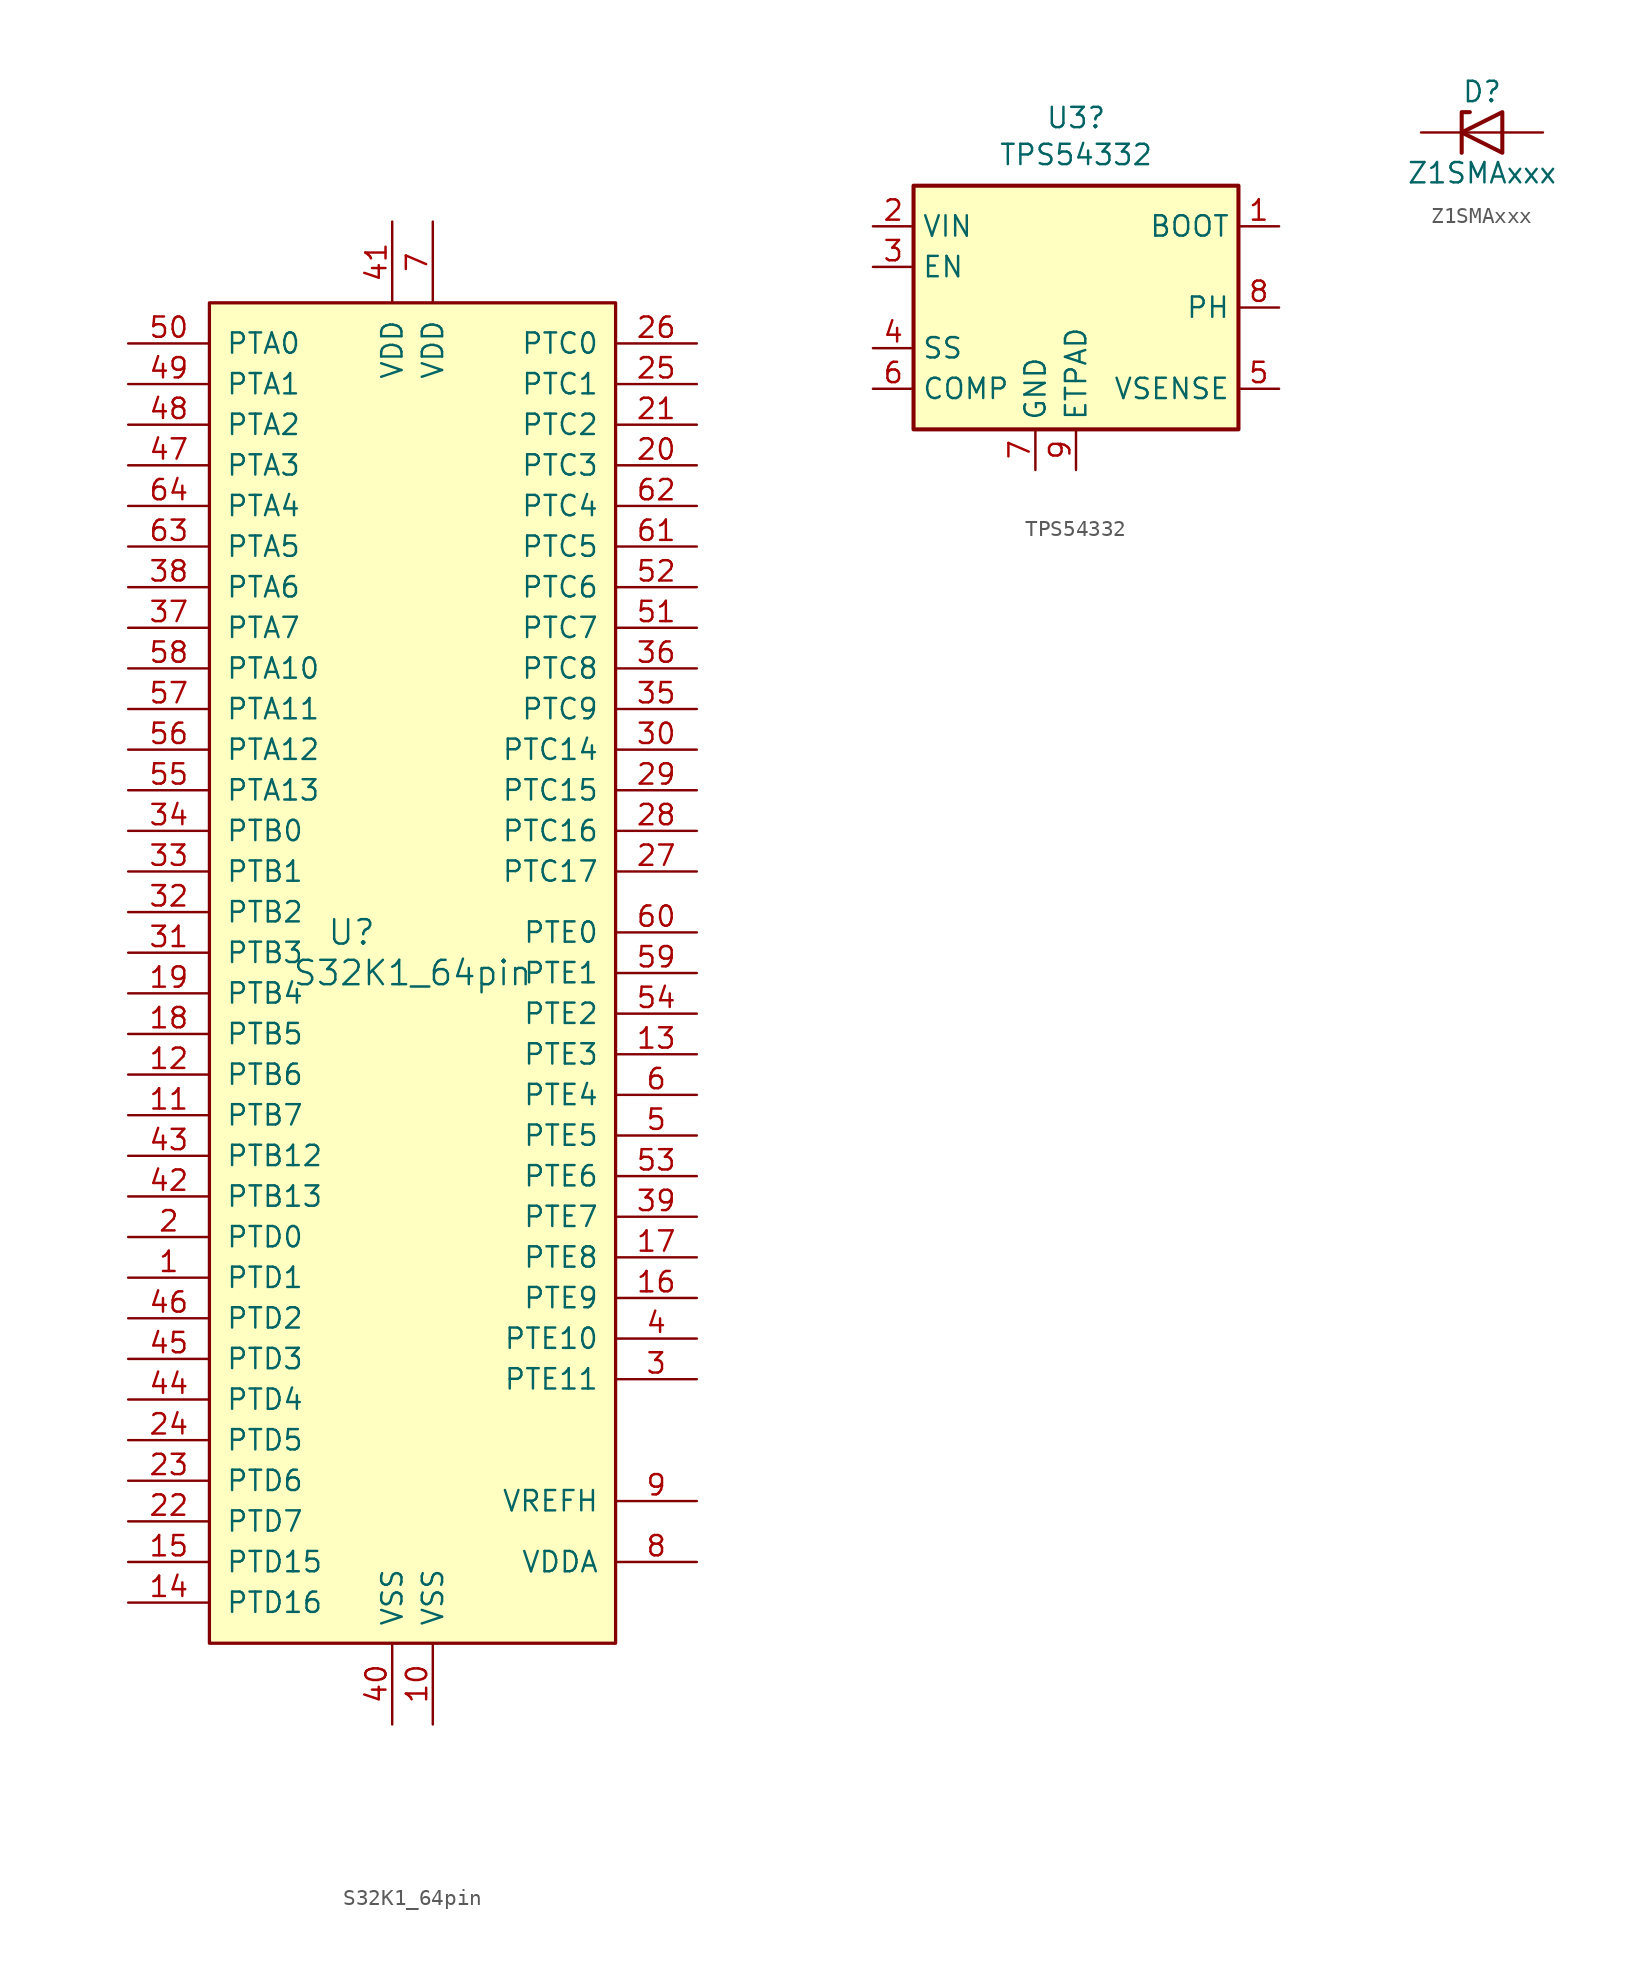
<source format=kicad_sym>
(kicad_symbol_lib
  (version 20241209)
  (generator "kicad_symbol_editor")
  (generator_version "9.0")
  (symbol "S32K1_64pin"
    (pin_names
      (offset 1.016))
    (property "Reference" "U"
      (at -3.81 1.27 0)
      (effects (font (size 1.524 1.524))))
    (property "Value" "S32K1_64pin"
      (at 0 -1.27 0)
      (effects (font (size 1.524 1.524))))
    (symbol "S32K1_64pin_0_1"
      (rectangle (start -12.7 -43.18) (end 12.7 40.64) (stroke (width 0.203) (type default)) (fill (type background))))
    (symbol "S32K1_64pin_1_1"
      (pin bidirectional line (at -17.78 38.1 0) (length 5.08) (name "PTA0" (effects (font (size 1.27 1.27)))) (number "50" (effects (font (size 1.27 1.27)))))
      (pin bidirectional line (at -17.78 35.56 0) (length 5.08) (name "PTA1" (effects (font (size 1.27 1.27)))) (number "49" (effects (font (size 1.27 1.27)))))
      (pin bidirectional line (at -17.78 33.02 0) (length 5.08) (name "PTA2" (effects (font (size 1.27 1.27)))) (number "48" (effects (font (size 1.27 1.27)))))
      (pin bidirectional line (at -17.78 30.48 0) (length 5.08) (name "PTA3" (effects (font (size 1.27 1.27)))) (number "47" (effects (font (size 1.27 1.27)))))
      (pin bidirectional line (at -17.78 27.94 0) (length 5.08) (name "PTA4" (effects (font (size 1.27 1.27)))) (number "64" (effects (font (size 1.27 1.27)))))
      (pin bidirectional line (at -17.78 25.4 0) (length 5.08) (name "PTA5" (effects (font (size 1.27 1.27)))) (number "63" (effects (font (size 1.27 1.27)))))
      (pin bidirectional line (at -17.78 22.86 0) (length 5.08) (name "PTA6" (effects (font (size 1.27 1.27)))) (number "38" (effects (font (size 1.27 1.27)))))
      (pin bidirectional line (at -17.78 20.32 0) (length 5.08) (name "PTA7" (effects (font (size 1.27 1.27)))) (number "37" (effects (font (size 1.27 1.27)))))
      (pin bidirectional line (at -17.78 17.78 0) (length 5.08) (name "PTA10" (effects (font (size 1.27 1.27)))) (number "58" (effects (font (size 1.27 1.27)))))
      (pin bidirectional line (at -17.78 15.24 0) (length 5.08) (name "PTA11" (effects (font (size 1.27 1.27)))) (number "57" (effects (font (size 1.27 1.27)))))
      (pin bidirectional line (at -17.78 12.7 0) (length 5.08) (name "PTA12" (effects (font (size 1.27 1.27)))) (number "56" (effects (font (size 1.27 1.27)))))
      (pin bidirectional line (at -17.78 10.16 0) (length 5.08) (name "PTA13" (effects (font (size 1.27 1.27)))) (number "55" (effects (font (size 1.27 1.27)))))
      (pin bidirectional line (at -17.78 7.62 0) (length 5.08) (name "PTB0" (effects (font (size 1.27 1.27)))) (number "34" (effects (font (size 1.27 1.27)))))
      (pin bidirectional line (at -17.78 5.08 0) (length 5.08) (name "PTB1" (effects (font (size 1.27 1.27)))) (number "33" (effects (font (size 1.27 1.27)))))
      (pin bidirectional line (at -17.78 2.54 0) (length 5.08) (name "PTB2" (effects (font (size 1.27 1.27)))) (number "32" (effects (font (size 1.27 1.27)))))
      (pin bidirectional line (at -17.78 0 0) (length 5.08) (name "PTB3" (effects (font (size 1.27 1.27)))) (number "31" (effects (font (size 1.27 1.27)))))
      (pin bidirectional line (at -17.78 -2.54 0) (length 5.08) (name "PTB4" (effects (font (size 1.27 1.27)))) (number "19" (effects (font (size 1.27 1.27)))))
      (pin bidirectional line (at -17.78 -5.08 0) (length 5.08) (name "PTB5" (effects (font (size 1.27 1.27)))) (number "18" (effects (font (size 1.27 1.27)))))
      (pin bidirectional line (at -17.78 -7.62 0) (length 5.08) (name "PTB6" (effects (font (size 1.27 1.27)))) (number "12" (effects (font (size 1.27 1.27)))))
      (pin bidirectional line (at -17.78 -10.16 0) (length 5.08) (name "PTB7" (effects (font (size 1.27 1.27)))) (number "11" (effects (font (size 1.27 1.27)))))
      (pin bidirectional line (at -17.78 -12.7 0) (length 5.08) (name "PTB12" (effects (font (size 1.27 1.27)))) (number "43" (effects (font (size 1.27 1.27)))))
      (pin bidirectional line (at -17.78 -15.24 0) (length 5.08) (name "PTB13" (effects (font (size 1.27 1.27)))) (number "42" (effects (font (size 1.27 1.27)))))
      (pin bidirectional line (at -17.78 -17.78 0) (length 5.08) (name "PTD0" (effects (font (size 1.27 1.27)))) (number "2" (effects (font (size 1.27 1.27)))))
      (pin bidirectional line (at -17.78 -20.32 0) (length 5.08) (name "PTD1" (effects (font (size 1.27 1.27)))) (number "1" (effects (font (size 1.27 1.27)))))
      (pin bidirectional line (at -17.78 -22.86 0) (length 5.08) (name "PTD2" (effects (font (size 1.27 1.27)))) (number "46" (effects (font (size 1.27 1.27)))))
      (pin bidirectional line (at -17.78 -25.4 0) (length 5.08) (name "PTD3" (effects (font (size 1.27 1.27)))) (number "45" (effects (font (size 1.27 1.27)))))
      (pin bidirectional line (at -17.78 -27.94 0) (length 5.08) (name "PTD4" (effects (font (size 1.27 1.27)))) (number "44" (effects (font (size 1.27 1.27)))))
      (pin bidirectional line (at -17.78 -30.48 0) (length 5.08) (name "PTD5" (effects (font (size 1.27 1.27)))) (number "24" (effects (font (size 1.27 1.27)))))
      (pin bidirectional line (at -17.78 -33.02 0) (length 5.08) (name "PTD6" (effects (font (size 1.27 1.27)))) (number "23" (effects (font (size 1.27 1.27)))))
      (pin bidirectional line (at -17.78 -35.56 0) (length 5.08) (name "PTD7" (effects (font (size 1.27 1.27)))) (number "22" (effects (font (size 1.27 1.27)))))
      (pin bidirectional line (at -17.78 -38.1 0) (length 5.08) (name "PTD15" (effects (font (size 1.27 1.27)))) (number "15" (effects (font (size 1.27 1.27)))))
      (pin bidirectional line (at -17.78 -40.64 0) (length 5.08) (name "PTD16" (effects (font (size 1.27 1.27)))) (number "14" (effects (font (size 1.27 1.27)))))
      (pin power_in line (at -1.27 45.72 270) (length 5.08) (name "VDD" (effects (font (size 1.27 1.27)))) (number "41" (effects (font (size 1.27 1.27)))))
      (pin power_in line (at -1.27 -48.26 90) (length 5.08) (name "VSS" (effects (font (size 1.27 1.27)))) (number "40" (effects (font (size 1.27 1.27)))))
      (pin power_in line (at 1.27 45.72 270) (length 5.08) (name "VDD" (effects (font (size 1.27 1.27)))) (number "7" (effects (font (size 1.27 1.27)))))
      (pin power_in line (at 1.27 -48.26 90) (length 5.08) (name "VSS" (effects (font (size 1.27 1.27)))) (number "10" (effects (font (size 1.27 1.27)))))
      (pin bidirectional line (at 17.78 38.1 180) (length 5.08) (name "PTC0" (effects (font (size 1.27 1.27)))) (number "26" (effects (font (size 1.27 1.27)))))
      (pin bidirectional line (at 17.78 35.56 180) (length 5.08) (name "PTC1" (effects (font (size 1.27 1.27)))) (number "25" (effects (font (size 1.27 1.27)))))
      (pin bidirectional line (at 17.78 33.02 180) (length 5.08) (name "PTC2" (effects (font (size 1.27 1.27)))) (number "21" (effects (font (size 1.27 1.27)))))
      (pin bidirectional line (at 17.78 30.48 180) (length 5.08) (name "PTC3" (effects (font (size 1.27 1.27)))) (number "20" (effects (font (size 1.27 1.27)))))
      (pin bidirectional line (at 17.78 27.94 180) (length 5.08) (name "PTC4" (effects (font (size 1.27 1.27)))) (number "62" (effects (font (size 1.27 1.27)))))
      (pin bidirectional line (at 17.78 25.4 180) (length 5.08) (name "PTC5" (effects (font (size 1.27 1.27)))) (number "61" (effects (font (size 1.27 1.27)))))
      (pin bidirectional line (at 17.78 22.86 180) (length 5.08) (name "PTC6" (effects (font (size 1.27 1.27)))) (number "52" (effects (font (size 1.27 1.27)))))
      (pin bidirectional line (at 17.78 20.32 180) (length 5.08) (name "PTC7" (effects (font (size 1.27 1.27)))) (number "51" (effects (font (size 1.27 1.27)))))
      (pin bidirectional line (at 17.78 17.78 180) (length 5.08) (name "PTC8" (effects (font (size 1.27 1.27)))) (number "36" (effects (font (size 1.27 1.27)))))
      (pin bidirectional line (at 17.78 15.24 180) (length 5.08) (name "PTC9" (effects (font (size 1.27 1.27)))) (number "35" (effects (font (size 1.27 1.27)))))
      (pin bidirectional line (at 17.78 12.7 180) (length 5.08) (name "PTC14" (effects (font (size 1.27 1.27)))) (number "30" (effects (font (size 1.27 1.27)))))
      (pin bidirectional line (at 17.78 10.16 180) (length 5.08) (name "PTC15" (effects (font (size 1.27 1.27)))) (number "29" (effects (font (size 1.27 1.27)))))
      (pin bidirectional line (at 17.78 7.62 180) (length 5.08) (name "PTC16" (effects (font (size 1.27 1.27)))) (number "28" (effects (font (size 1.27 1.27)))))
      (pin bidirectional line (at 17.78 5.08 180) (length 5.08) (name "PTC17" (effects (font (size 1.27 1.27)))) (number "27" (effects (font (size 1.27 1.27)))))
      (pin bidirectional line (at 17.78 1.27 180) (length 5.08) (name "PTE0" (effects (font (size 1.27 1.27)))) (number "60" (effects (font (size 1.27 1.27)))))
      (pin bidirectional line (at 17.78 -1.27 180) (length 5.08) (name "PTE1" (effects (font (size 1.27 1.27)))) (number "59" (effects (font (size 1.27 1.27)))))
      (pin bidirectional line (at 17.78 -3.81 180) (length 5.08) (name "PTE2" (effects (font (size 1.27 1.27)))) (number "54" (effects (font (size 1.27 1.27)))))
      (pin bidirectional line (at 17.78 -6.35 180) (length 5.08) (name "PTE3" (effects (font (size 1.27 1.27)))) (number "13" (effects (font (size 1.27 1.27)))))
      (pin bidirectional line (at 17.78 -8.89 180) (length 5.08) (name "PTE4" (effects (font (size 1.27 1.27)))) (number "6" (effects (font (size 1.27 1.27)))))
      (pin bidirectional line (at 17.78 -11.43 180) (length 5.08) (name "PTE5" (effects (font (size 1.27 1.27)))) (number "5" (effects (font (size 1.27 1.27)))))
      (pin bidirectional line (at 17.78 -13.97 180) (length 5.08) (name "PTE6" (effects (font (size 1.27 1.27)))) (number "53" (effects (font (size 1.27 1.27)))))
      (pin bidirectional line (at 17.78 -16.51 180) (length 5.08) (name "PTE7" (effects (font (size 1.27 1.27)))) (number "39" (effects (font (size 1.27 1.27)))))
      (pin bidirectional line (at 17.78 -19.05 180) (length 5.08) (name "PTE8" (effects (font (size 1.27 1.27)))) (number "17" (effects (font (size 1.27 1.27)))))
      (pin bidirectional line (at 17.78 -21.59 180) (length 5.08) (name "PTE9" (effects (font (size 1.27 1.27)))) (number "16" (effects (font (size 1.27 1.27)))))
      (pin bidirectional line (at 17.78 -24.13 180) (length 5.08) (name "PTE10" (effects (font (size 1.27 1.27)))) (number "4" (effects (font (size 1.27 1.27)))))
      (pin bidirectional line (at 17.78 -26.67 180) (length 5.08) (name "PTE11" (effects (font (size 1.27 1.27)))) (number "3" (effects (font (size 1.27 1.27)))))
      (pin power_in line (at 17.78 -34.29 180) (length 5.08) (name "VREFH" (effects (font (size 1.27 1.27)))) (number "9" (effects (font (size 1.27 1.27)))))
      (pin power_in line (at 17.78 -38.1 180) (length 5.08) (name "VDDA" (effects (font (size 1.27 1.27)))) (number "8" (effects (font (size 1.27 1.27)))))))
  (symbol "TPS54332"
    (property "Reference" "U3"
      (at 0 11.862 0)
      (effects (font (size 1.27 1.27))))
    (property "Value" "TPS54332"
      (at 0 9.55 0)
      (effects (font (size 1.27 1.27))))
    (symbol "TPS54332_1_1"
      (rectangle (start -10.16 7.62) (end 10.16 -7.62) (stroke (width 0.254) (type default)) (fill (type background)))
      (pin power_in line (at -12.7 5.08 0) (length 2.54) (name "VIN" (effects (font (size 1.27 1.27)))) (number "2" (effects (font (size 1.27 1.27)))))
      (pin input line (at -12.7 2.54 0) (length 2.54) (name "EN" (effects (font (size 1.27 1.27)))) (number "3" (effects (font (size 1.27 1.27)))))
      (pin output line (at -12.7 -2.54 0) (length 2.54) (name "SS" (effects (font (size 1.27 1.27)))) (number "4" (effects (font (size 1.27 1.27)))))
      (pin output line (at -12.7 -5.08 0) (length 2.54) (name "COMP" (effects (font (size 1.27 1.27)))) (number "6" (effects (font (size 1.27 1.27)))))
      (pin power_in line (at -2.54 -10.16 90) (length 2.54) (name "GND" (effects (font (size 1.27 1.27)))) (number "7" (effects (font (size 1.27 1.27)))))
      (pin power_in line (at 0 -10.16 90) (length 2.54) (name "ETPAD" (effects (font (size 1.27 1.27)))) (number "9" (effects (font (size 1.27 1.27)))))
      (pin output line (at 12.7 5.08 180) (length 2.54) (name "BOOT" (effects (font (size 1.27 1.27)))) (number "1" (effects (font (size 1.27 1.27)))))
      (pin power_out line (at 12.7 0 180) (length 2.54) (name "PH" (effects (font (size 1.27 1.27)))) (number "8" (effects (font (size 1.27 1.27)))))
      (pin input line (at 12.7 -5.08 180) (length 2.54) (name "VSENSE" (effects (font (size 1.27 1.27)))) (number "5" (effects (font (size 1.27 1.27)))))))
  (symbol "Z1SMAxxx"
    (pin_numbers
      (hide yes))
    (pin_names
      (hide yes))
    (property "Reference" "D"
      (at 0 2.54 0)
      (effects (font (size 1.27 1.27))))
    (property "Value" "Z1SMAxxx"
      (at 0 -2.54 0)
      (effects (font (size 1.27 1.27))))
    (symbol "Z1SMAxxx_0_1"
      (polyline (pts (xy -1.27 -1.27) (xy -1.27 1.27) (xy -0.762 1.27)) (stroke (width 0.254) (type default)) (fill (type none)))
      (polyline (pts (xy 1.27 0) (xy -1.27 0)) (stroke (width 0) (type default)) (fill (type none)))
      (polyline (pts (xy 1.27 -1.27) (xy 1.27 1.27) (xy -1.27 0) (xy 1.27 -1.27)) (stroke (width 0.254) (type default)) (fill (type none))))
    (symbol "Z1SMAxxx_1_1"
      (pin passive line (at -3.81 0 0) (length 2.54) (name "K" (effects (font (size 1.27 1.27)))) (number "1" (effects (font (size 1.27 1.27)))))
      (pin passive line (at 3.81 0 180) (length 2.54) (name "A" (effects (font (size 1.27 1.27)))) (number "2" (effects (font (size 1.27 1.27))))))))
</source>
